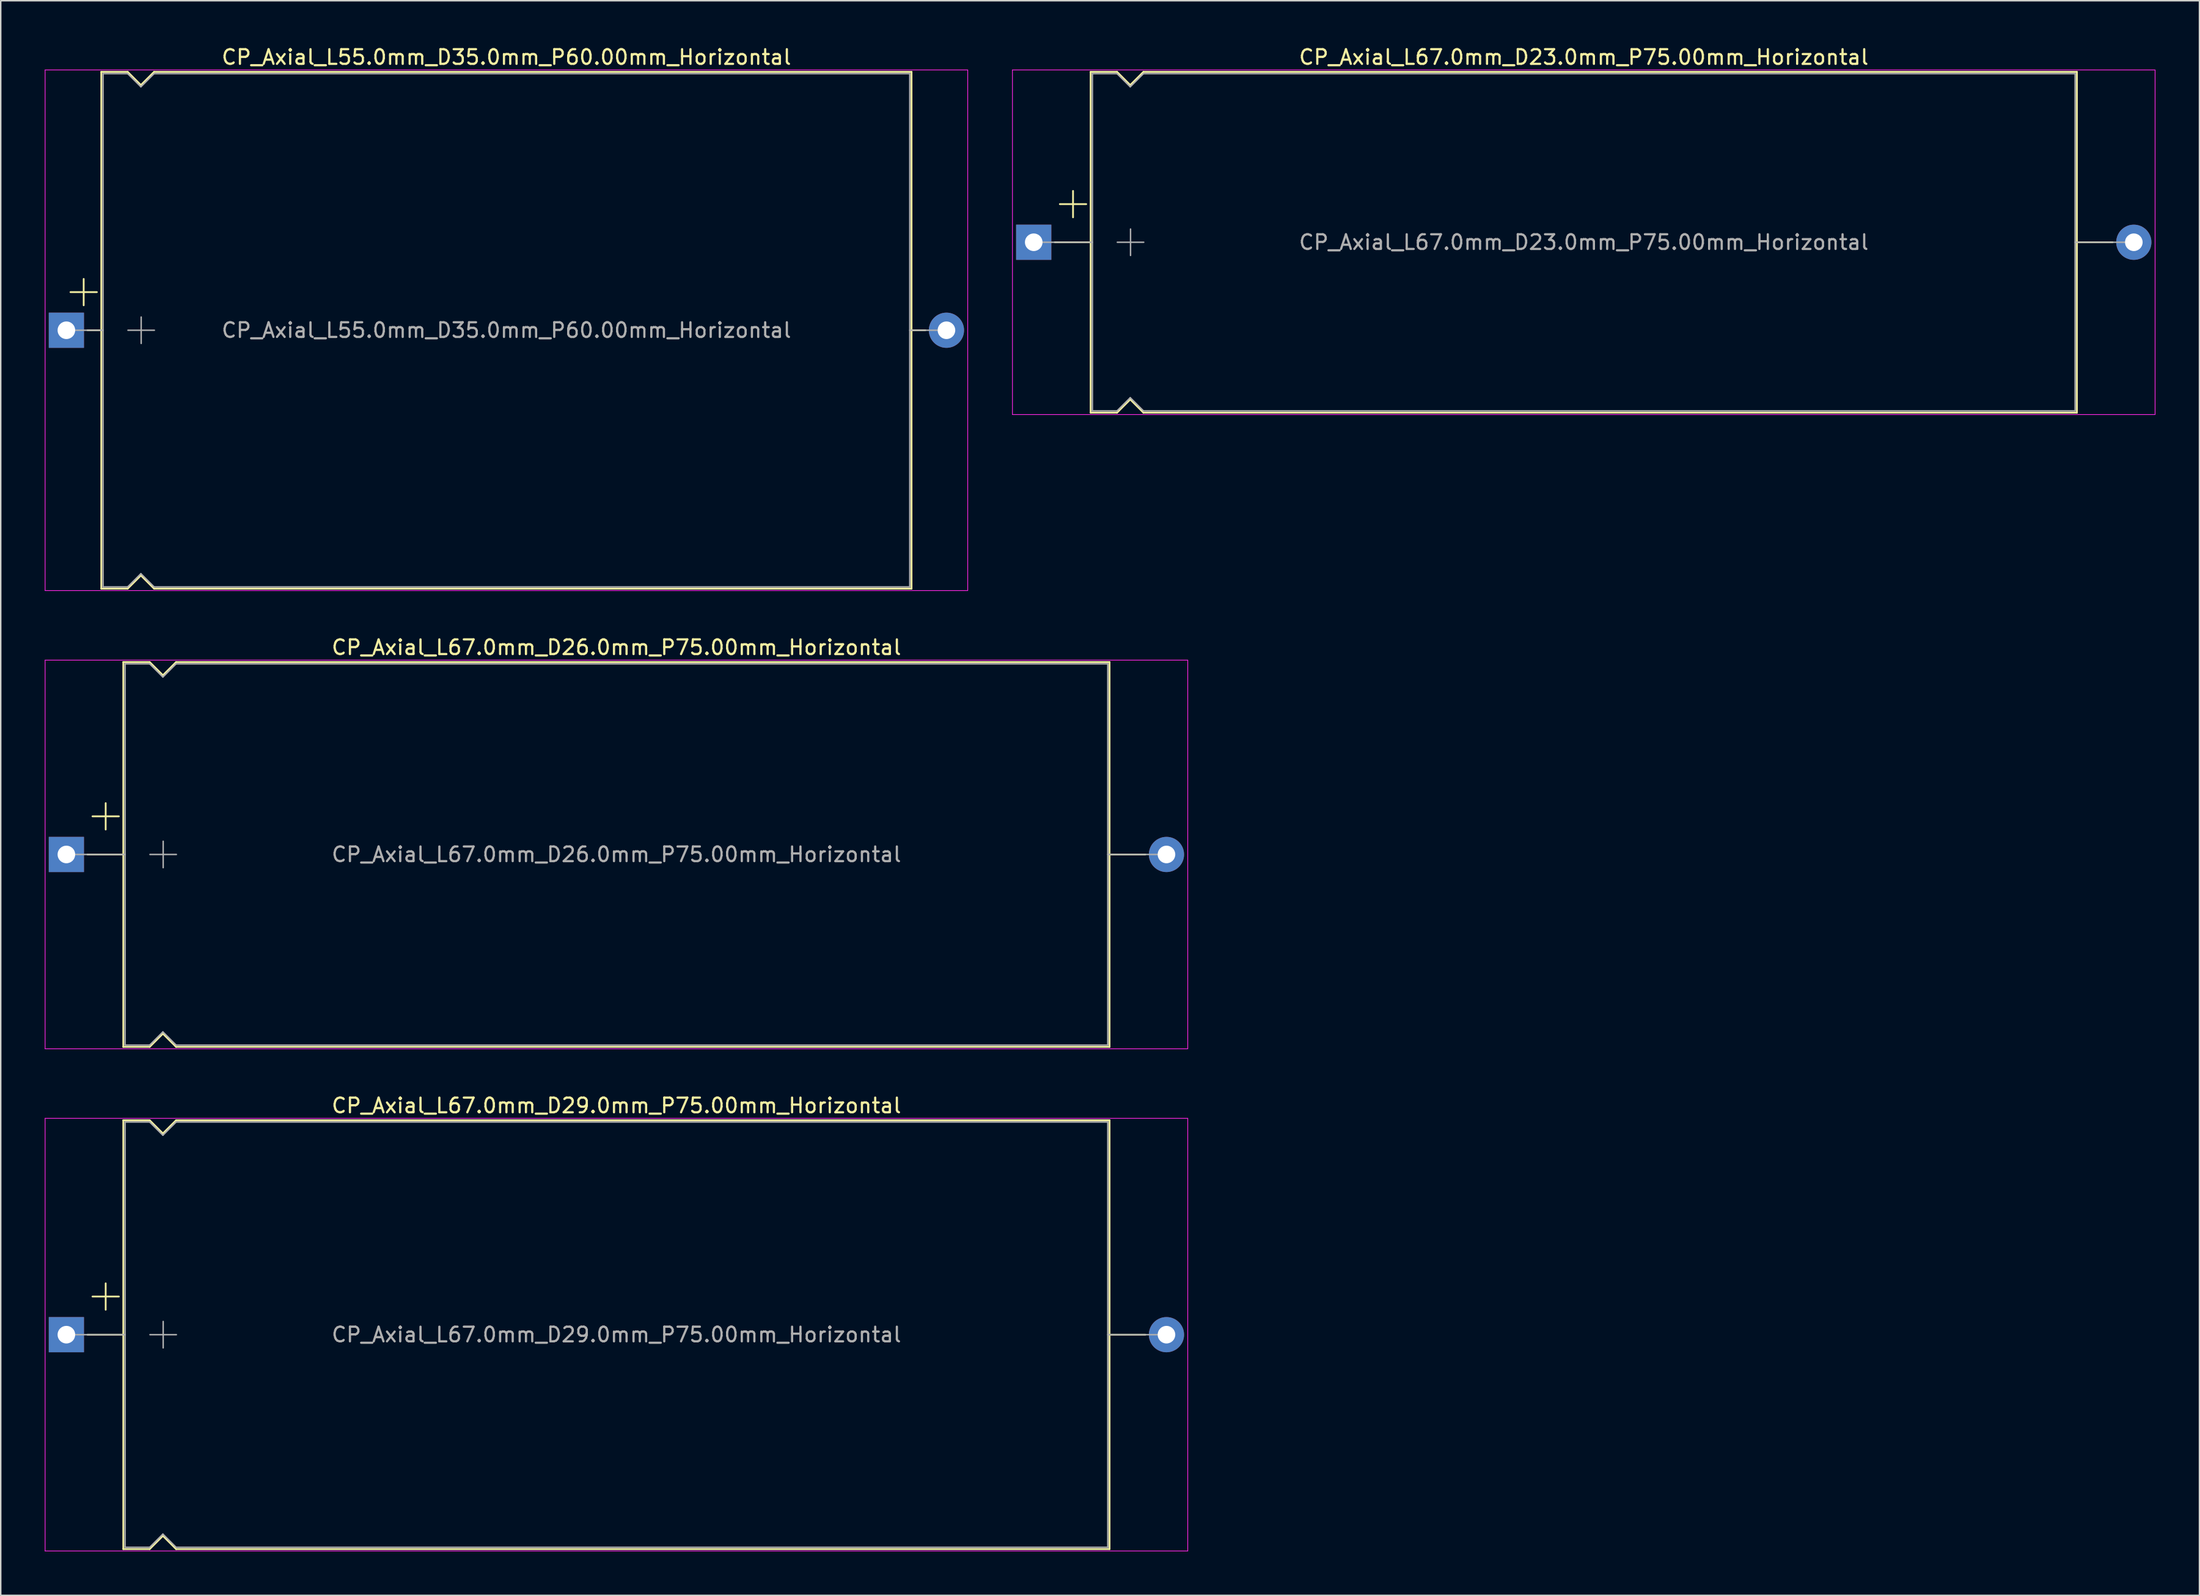
<source format=kicad_pcb>
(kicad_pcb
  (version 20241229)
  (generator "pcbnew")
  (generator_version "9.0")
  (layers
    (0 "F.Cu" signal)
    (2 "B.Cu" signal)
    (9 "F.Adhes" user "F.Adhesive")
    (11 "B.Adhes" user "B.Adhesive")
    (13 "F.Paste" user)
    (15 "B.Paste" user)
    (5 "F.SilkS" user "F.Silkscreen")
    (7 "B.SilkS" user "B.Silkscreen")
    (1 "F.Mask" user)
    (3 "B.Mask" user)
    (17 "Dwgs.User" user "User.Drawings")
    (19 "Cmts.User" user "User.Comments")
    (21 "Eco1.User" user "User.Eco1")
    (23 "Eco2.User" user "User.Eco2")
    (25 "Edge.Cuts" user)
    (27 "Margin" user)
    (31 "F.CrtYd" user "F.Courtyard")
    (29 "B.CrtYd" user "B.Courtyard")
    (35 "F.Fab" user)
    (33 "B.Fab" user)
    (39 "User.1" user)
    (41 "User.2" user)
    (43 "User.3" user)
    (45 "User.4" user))
  (footprint "CP_Axial_L67.0mm_D26.0mm_P75.00mm_Horizontal"
    (layer "F.Cu")
    (at 1.475 55.212)
    (property "Reference" "CP_Axial_L67.0mm_D26.0mm_P75.00mm_Horizontal" (at 37.5 -14.12 0) (layer "F.SilkS") (effects (font (size 1 1) (thickness 0.15))))
    (attr through_hole)
    (fp_line (start 1.44 0) (end 3.88 0) (stroke (width 0.12) (type solid)) (layer "F.SilkS"))
    (fp_line (start 1.78 -2.6) (end 3.58 -2.6) (stroke (width 0.12) (type solid)) (layer "F.SilkS"))
    (fp_line (start 2.68 -3.5) (end 2.68 -1.7) (stroke (width 0.12) (type solid)) (layer "F.SilkS"))
    (fp_line (start 3.88 -13.12) (end 3.88 13.12) (stroke (width 0.12) (type solid)) (layer "F.SilkS"))
    (fp_line (start 3.88 -13.12) (end 5.68 -13.12) (stroke (width 0.12) (type solid)) (layer "F.SilkS"))
    (fp_line (start 3.88 13.12) (end 5.68 13.12) (stroke (width 0.12) (type solid)) (layer "F.SilkS"))
    (fp_line (start 5.68 -13.12) (end 6.58 -12.22) (stroke (width 0.12) (type solid)) (layer "F.SilkS"))
    (fp_line (start 5.68 13.12) (end 6.58 12.22) (stroke (width 0.12) (type solid)) (layer "F.SilkS"))
    (fp_line (start 6.58 -12.22) (end 7.48 -13.12) (stroke (width 0.12) (type solid)) (layer "F.SilkS"))
    (fp_line (start 6.58 12.22) (end 7.48 13.12) (stroke (width 0.12) (type solid)) (layer "F.SilkS"))
    (fp_line (start 7.48 -13.12) (end 71.12 -13.12) (stroke (width 0.12) (type solid)) (layer "F.SilkS"))
    (fp_line (start 7.48 13.12) (end 71.12 13.12) (stroke (width 0.12) (type solid)) (layer "F.SilkS"))
    (fp_line (start 71.12 -13.12) (end 71.12 13.12) (stroke (width 0.12) (type solid)) (layer "F.SilkS"))
    (fp_line (start 73.56 0) (end 71.12 0) (stroke (width 0.12) (type solid)) (layer "F.SilkS"))
    (fp_line (start -1.45 -13.25) (end -1.45 13.25) (stroke (width 0.05) (type solid)) (layer "F.CrtYd"))
    (fp_line (start -1.45 13.25) (end 76.45 13.25) (stroke (width 0.05) (type solid)) (layer "F.CrtYd"))
    (fp_line (start 76.45 -13.25) (end -1.45 -13.25) (stroke (width 0.05) (type solid)) (layer "F.CrtYd"))
    (fp_line (start 76.45 13.25) (end 76.45 -13.25) (stroke (width 0.05) (type solid)) (layer "F.CrtYd"))
    (fp_line (start 0 0) (end 4 0) (stroke (width 0.1) (type solid)) (layer "F.Fab"))
    (fp_line (start 4 -13) (end 4 13) (stroke (width 0.1) (type solid)) (layer "F.Fab"))
    (fp_line (start 4 -13) (end 5.68 -13) (stroke (width 0.1) (type solid)) (layer "F.Fab"))
    (fp_line (start 4 13) (end 5.68 13) (stroke (width 0.1) (type solid)) (layer "F.Fab"))
    (fp_line (start 5.68 -13) (end 6.58 -12.1) (stroke (width 0.1) (type solid)) (layer "F.Fab"))
    (fp_line (start 5.68 13) (end 6.58 12.1) (stroke (width 0.1) (type solid)) (layer "F.Fab"))
    (fp_line (start 5.7 0) (end 7.5 0) (stroke (width 0.1) (type solid)) (layer "F.Fab"))
    (fp_line (start 6.58 -12.1) (end 7.48 -13) (stroke (width 0.1) (type solid)) (layer "F.Fab"))
    (fp_line (start 6.58 12.1) (end 7.48 13) (stroke (width 0.1) (type solid)) (layer "F.Fab"))
    (fp_line (start 6.6 -0.9) (end 6.6 0.9) (stroke (width 0.1) (type solid)) (layer "F.Fab"))
    (fp_line (start 7.48 -13) (end 71 -13) (stroke (width 0.1) (type solid)) (layer "F.Fab"))
    (fp_line (start 7.48 13) (end 71 13) (stroke (width 0.1) (type solid)) (layer "F.Fab"))
    (fp_line (start 71 -13) (end 71 13) (stroke (width 0.1) (type solid)) (layer "F.Fab"))
    (fp_line (start 75 0) (end 71 0) (stroke (width 0.1) (type solid)) (layer "F.Fab"))
    (fp_text user "${REFERENCE}" (at 37.5 0 0) (layer "F.Fab") (effects (font (size 1 1) (thickness 0.15))))
    (pad "1" thru_hole rect (at 0 0) (size 2.4 2.4) (drill 1.2) (layers "*.Cu" "*.Mask"))
    (pad "2" thru_hole oval (at 75 0) (size 2.4 2.4) (drill 1.2) (layers "*.Cu" "*.Mask")))
  (footprint "CP_Axial_L67.0mm_D29.0mm_P75.00mm_Horizontal"
    (layer "F.Cu")
    (at 1.475 87.955)
    (property "Reference" "CP_Axial_L67.0mm_D29.0mm_P75.00mm_Horizontal" (at 37.5 -15.62 0) (layer "F.SilkS") (effects (font (size 1 1) (thickness 0.15))))
    (attr through_hole)
    (fp_line (start 1.44 0) (end 3.88 0) (stroke (width 0.12) (type solid)) (layer "F.SilkS"))
    (fp_line (start 1.78 -2.6) (end 3.58 -2.6) (stroke (width 0.12) (type solid)) (layer "F.SilkS"))
    (fp_line (start 2.68 -3.5) (end 2.68 -1.7) (stroke (width 0.12) (type solid)) (layer "F.SilkS"))
    (fp_line (start 3.88 -14.62) (end 3.88 14.62) (stroke (width 0.12) (type solid)) (layer "F.SilkS"))
    (fp_line (start 3.88 -14.62) (end 5.68 -14.62) (stroke (width 0.12) (type solid)) (layer "F.SilkS"))
    (fp_line (start 3.88 14.62) (end 5.68 14.62) (stroke (width 0.12) (type solid)) (layer "F.SilkS"))
    (fp_line (start 5.68 -14.62) (end 6.58 -13.72) (stroke (width 0.12) (type solid)) (layer "F.SilkS"))
    (fp_line (start 5.68 14.62) (end 6.58 13.72) (stroke (width 0.12) (type solid)) (layer "F.SilkS"))
    (fp_line (start 6.58 -13.72) (end 7.48 -14.62) (stroke (width 0.12) (type solid)) (layer "F.SilkS"))
    (fp_line (start 6.58 13.72) (end 7.48 14.62) (stroke (width 0.12) (type solid)) (layer "F.SilkS"))
    (fp_line (start 7.48 -14.62) (end 71.12 -14.62) (stroke (width 0.12) (type solid)) (layer "F.SilkS"))
    (fp_line (start 7.48 14.62) (end 71.12 14.62) (stroke (width 0.12) (type solid)) (layer "F.SilkS"))
    (fp_line (start 71.12 -14.62) (end 71.12 14.62) (stroke (width 0.12) (type solid)) (layer "F.SilkS"))
    (fp_line (start 73.56 0) (end 71.12 0) (stroke (width 0.12) (type solid)) (layer "F.SilkS"))
    (fp_line (start -1.45 -14.75) (end -1.45 14.75) (stroke (width 0.05) (type solid)) (layer "F.CrtYd"))
    (fp_line (start -1.45 14.75) (end 76.45 14.75) (stroke (width 0.05) (type solid)) (layer "F.CrtYd"))
    (fp_line (start 76.45 -14.75) (end -1.45 -14.75) (stroke (width 0.05) (type solid)) (layer "F.CrtYd"))
    (fp_line (start 76.45 14.75) (end 76.45 -14.75) (stroke (width 0.05) (type solid)) (layer "F.CrtYd"))
    (fp_line (start 0 0) (end 4 0) (stroke (width 0.1) (type solid)) (layer "F.Fab"))
    (fp_line (start 4 -14.5) (end 4 14.5) (stroke (width 0.1) (type solid)) (layer "F.Fab"))
    (fp_line (start 4 -14.5) (end 5.68 -14.5) (stroke (width 0.1) (type solid)) (layer "F.Fab"))
    (fp_line (start 4 14.5) (end 5.68 14.5) (stroke (width 0.1) (type solid)) (layer "F.Fab"))
    (fp_line (start 5.68 -14.5) (end 6.58 -13.6) (stroke (width 0.1) (type solid)) (layer "F.Fab"))
    (fp_line (start 5.68 14.5) (end 6.58 13.6) (stroke (width 0.1) (type solid)) (layer "F.Fab"))
    (fp_line (start 5.7 0) (end 7.5 0) (stroke (width 0.1) (type solid)) (layer "F.Fab"))
    (fp_line (start 6.58 -13.6) (end 7.48 -14.5) (stroke (width 0.1) (type solid)) (layer "F.Fab"))
    (fp_line (start 6.58 13.6) (end 7.48 14.5) (stroke (width 0.1) (type solid)) (layer "F.Fab"))
    (fp_line (start 6.6 -0.9) (end 6.6 0.9) (stroke (width 0.1) (type solid)) (layer "F.Fab"))
    (fp_line (start 7.48 -14.5) (end 71 -14.5) (stroke (width 0.1) (type solid)) (layer "F.Fab"))
    (fp_line (start 7.48 14.5) (end 71 14.5) (stroke (width 0.1) (type solid)) (layer "F.Fab"))
    (fp_line (start 71 -14.5) (end 71 14.5) (stroke (width 0.1) (type solid)) (layer "F.Fab"))
    (fp_line (start 75 0) (end 71 0) (stroke (width 0.1) (type solid)) (layer "F.Fab"))
    (fp_text user "${REFERENCE}" (at 37.5 0 0) (layer "F.Fab") (effects (font (size 1 1) (thickness 0.15))))
    (pad "1" thru_hole rect (at 0 0) (size 2.4 2.4) (drill 1.2) (layers "*.Cu" "*.Mask"))
    (pad "2" thru_hole oval (at 75 0) (size 2.4 2.4) (drill 1.2) (layers "*.Cu" "*.Mask")))
  (footprint "CP_Axial_L55.0mm_D35.0mm_P60.00mm_Horizontal"
    (layer "F.Cu")
    (at 1.475 19.468)
    (property "Reference" "CP_Axial_L55.0mm_D35.0mm_P60.00mm_Horizontal" (at 30 -18.62 0) (layer "F.SilkS") (effects (font (size 1 1) (thickness 0.15))))
    (attr through_hole)
    (fp_line (start 0.28 -2.6) (end 2.08 -2.6) (stroke (width 0.12) (type solid)) (layer "F.SilkS"))
    (fp_line (start 1.18 -3.5) (end 1.18 -1.7) (stroke (width 0.12) (type solid)) (layer "F.SilkS"))
    (fp_line (start 1.44 0) (end 2.38 0) (stroke (width 0.12) (type solid)) (layer "F.SilkS"))
    (fp_line (start 2.38 -17.62) (end 2.38 17.62) (stroke (width 0.12) (type solid)) (layer "F.SilkS"))
    (fp_line (start 2.38 -17.62) (end 4.18 -17.62) (stroke (width 0.12) (type solid)) (layer "F.SilkS"))
    (fp_line (start 2.38 17.62) (end 4.18 17.62) (stroke (width 0.12) (type solid)) (layer "F.SilkS"))
    (fp_line (start 4.18 -17.62) (end 5.08 -16.72) (stroke (width 0.12) (type solid)) (layer "F.SilkS"))
    (fp_line (start 4.18 17.62) (end 5.08 16.72) (stroke (width 0.12) (type solid)) (layer "F.SilkS"))
    (fp_line (start 5.08 -16.72) (end 5.98 -17.62) (stroke (width 0.12) (type solid)) (layer "F.SilkS"))
    (fp_line (start 5.08 16.72) (end 5.98 17.62) (stroke (width 0.12) (type solid)) (layer "F.SilkS"))
    (fp_line (start 5.98 -17.62) (end 57.62 -17.62) (stroke (width 0.12) (type solid)) (layer "F.SilkS"))
    (fp_line (start 5.98 17.62) (end 57.62 17.62) (stroke (width 0.12) (type solid)) (layer "F.SilkS"))
    (fp_line (start 57.62 -17.62) (end 57.62 17.62) (stroke (width 0.12) (type solid)) (layer "F.SilkS"))
    (fp_line (start 58.56 0) (end 57.62 0) (stroke (width 0.12) (type solid)) (layer "F.SilkS"))
    (fp_line (start -1.45 -17.75) (end -1.45 17.75) (stroke (width 0.05) (type solid)) (layer "F.CrtYd"))
    (fp_line (start -1.45 17.75) (end 61.45 17.75) (stroke (width 0.05) (type solid)) (layer "F.CrtYd"))
    (fp_line (start 61.45 -17.75) (end -1.45 -17.75) (stroke (width 0.05) (type solid)) (layer "F.CrtYd"))
    (fp_line (start 61.45 17.75) (end 61.45 -17.75) (stroke (width 0.05) (type solid)) (layer "F.CrtYd"))
    (fp_line (start 0 0) (end 2.5 0) (stroke (width 0.1) (type solid)) (layer "F.Fab"))
    (fp_line (start 2.5 -17.5) (end 2.5 17.5) (stroke (width 0.1) (type solid)) (layer "F.Fab"))
    (fp_line (start 2.5 -17.5) (end 4.18 -17.5) (stroke (width 0.1) (type solid)) (layer "F.Fab"))
    (fp_line (start 2.5 17.5) (end 4.18 17.5) (stroke (width 0.1) (type solid)) (layer "F.Fab"))
    (fp_line (start 4.18 -17.5) (end 5.08 -16.6) (stroke (width 0.1) (type solid)) (layer "F.Fab"))
    (fp_line (start 4.18 17.5) (end 5.08 16.6) (stroke (width 0.1) (type solid)) (layer "F.Fab"))
    (fp_line (start 4.2 0) (end 6 0) (stroke (width 0.1) (type solid)) (layer "F.Fab"))
    (fp_line (start 5.08 -16.6) (end 5.98 -17.5) (stroke (width 0.1) (type solid)) (layer "F.Fab"))
    (fp_line (start 5.08 16.6) (end 5.98 17.5) (stroke (width 0.1) (type solid)) (layer "F.Fab"))
    (fp_line (start 5.1 -0.9) (end 5.1 0.9) (stroke (width 0.1) (type solid)) (layer "F.Fab"))
    (fp_line (start 5.98 -17.5) (end 57.5 -17.5) (stroke (width 0.1) (type solid)) (layer "F.Fab"))
    (fp_line (start 5.98 17.5) (end 57.5 17.5) (stroke (width 0.1) (type solid)) (layer "F.Fab"))
    (fp_line (start 57.5 -17.5) (end 57.5 17.5) (stroke (width 0.1) (type solid)) (layer "F.Fab"))
    (fp_line (start 60 0) (end 57.5 0) (stroke (width 0.1) (type solid)) (layer "F.Fab"))
    (fp_text user "${REFERENCE}" (at 30 0 0) (layer "F.Fab") (effects (font (size 1 1) (thickness 0.15))))
    (pad "1" thru_hole rect (at 0 0) (size 2.4 2.4) (drill 1.2) (layers "*.Cu" "*.Mask"))
    (pad "2" thru_hole oval (at 60 0) (size 2.4 2.4) (drill 1.2) (layers "*.Cu" "*.Mask")))
  (footprint "CP_Axial_L67.0mm_D23.0mm_P75.00mm_Horizontal"
    (layer "F.Cu")
    (at 67.425 13.468)
    (property "Reference" "CP_Axial_L67.0mm_D23.0mm_P75.00mm_Horizontal" (at 37.5 -12.62 0) (layer "F.SilkS") (effects (font (size 1 1) (thickness 0.15))))
    (attr through_hole)
    (fp_line (start 1.44 0) (end 3.88 0) (stroke (width 0.12) (type solid)) (layer "F.SilkS"))
    (fp_line (start 1.78 -2.6) (end 3.58 -2.6) (stroke (width 0.12) (type solid)) (layer "F.SilkS"))
    (fp_line (start 2.68 -3.5) (end 2.68 -1.7) (stroke (width 0.12) (type solid)) (layer "F.SilkS"))
    (fp_line (start 3.88 -11.62) (end 3.88 11.62) (stroke (width 0.12) (type solid)) (layer "F.SilkS"))
    (fp_line (start 3.88 -11.62) (end 5.68 -11.62) (stroke (width 0.12) (type solid)) (layer "F.SilkS"))
    (fp_line (start 3.88 11.62) (end 5.68 11.62) (stroke (width 0.12) (type solid)) (layer "F.SilkS"))
    (fp_line (start 5.68 -11.62) (end 6.58 -10.72) (stroke (width 0.12) (type solid)) (layer "F.SilkS"))
    (fp_line (start 5.68 11.62) (end 6.58 10.72) (stroke (width 0.12) (type solid)) (layer "F.SilkS"))
    (fp_line (start 6.58 -10.72) (end 7.48 -11.62) (stroke (width 0.12) (type solid)) (layer "F.SilkS"))
    (fp_line (start 6.58 10.72) (end 7.48 11.62) (stroke (width 0.12) (type solid)) (layer "F.SilkS"))
    (fp_line (start 7.48 -11.62) (end 71.12 -11.62) (stroke (width 0.12) (type solid)) (layer "F.SilkS"))
    (fp_line (start 7.48 11.62) (end 71.12 11.62) (stroke (width 0.12) (type solid)) (layer "F.SilkS"))
    (fp_line (start 71.12 -11.62) (end 71.12 11.62) (stroke (width 0.12) (type solid)) (layer "F.SilkS"))
    (fp_line (start 73.56 0) (end 71.12 0) (stroke (width 0.12) (type solid)) (layer "F.SilkS"))
    (fp_line (start -1.45 -11.75) (end -1.45 11.75) (stroke (width 0.05) (type solid)) (layer "F.CrtYd"))
    (fp_line (start -1.45 11.75) (end 76.45 11.75) (stroke (width 0.05) (type solid)) (layer "F.CrtYd"))
    (fp_line (start 76.45 -11.75) (end -1.45 -11.75) (stroke (width 0.05) (type solid)) (layer "F.CrtYd"))
    (fp_line (start 76.45 11.75) (end 76.45 -11.75) (stroke (width 0.05) (type solid)) (layer "F.CrtYd"))
    (fp_line (start 0 0) (end 4 0) (stroke (width 0.1) (type solid)) (layer "F.Fab"))
    (fp_line (start 4 -11.5) (end 4 11.5) (stroke (width 0.1) (type solid)) (layer "F.Fab"))
    (fp_line (start 4 -11.5) (end 5.68 -11.5) (stroke (width 0.1) (type solid)) (layer "F.Fab"))
    (fp_line (start 4 11.5) (end 5.68 11.5) (stroke (width 0.1) (type solid)) (layer "F.Fab"))
    (fp_line (start 5.68 -11.5) (end 6.58 -10.6) (stroke (width 0.1) (type solid)) (layer "F.Fab"))
    (fp_line (start 5.68 11.5) (end 6.58 10.6) (stroke (width 0.1) (type solid)) (layer "F.Fab"))
    (fp_line (start 5.7 0) (end 7.5 0) (stroke (width 0.1) (type solid)) (layer "F.Fab"))
    (fp_line (start 6.58 -10.6) (end 7.48 -11.5) (stroke (width 0.1) (type solid)) (layer "F.Fab"))
    (fp_line (start 6.58 10.6) (end 7.48 11.5) (stroke (width 0.1) (type solid)) (layer "F.Fab"))
    (fp_line (start 6.6 -0.9) (end 6.6 0.9) (stroke (width 0.1) (type solid)) (layer "F.Fab"))
    (fp_line (start 7.48 -11.5) (end 71 -11.5) (stroke (width 0.1) (type solid)) (layer "F.Fab"))
    (fp_line (start 7.48 11.5) (end 71 11.5) (stroke (width 0.1) (type solid)) (layer "F.Fab"))
    (fp_line (start 71 -11.5) (end 71 11.5) (stroke (width 0.1) (type solid)) (layer "F.Fab"))
    (fp_line (start 75 0) (end 71 0) (stroke (width 0.1) (type solid)) (layer "F.Fab"))
    (fp_text user "${REFERENCE}" (at 37.5 0 0) (layer "F.Fab") (effects (font (size 1 1) (thickness 0.15))))
    (pad "1" thru_hole rect (at 0 0) (size 2.4 2.4) (drill 1.2) (layers "*.Cu" "*.Mask"))
    (pad "2" thru_hole oval (at 75 0) (size 2.4 2.4) (drill 1.2) (layers "*.Cu" "*.Mask")))
  (gr_rect
    (start -3 -3)
    (end 146.9 105.73)
    (stroke (width 0.1) (type default))
    (fill no)
    (layer "Edge.Cuts")))
</source>
